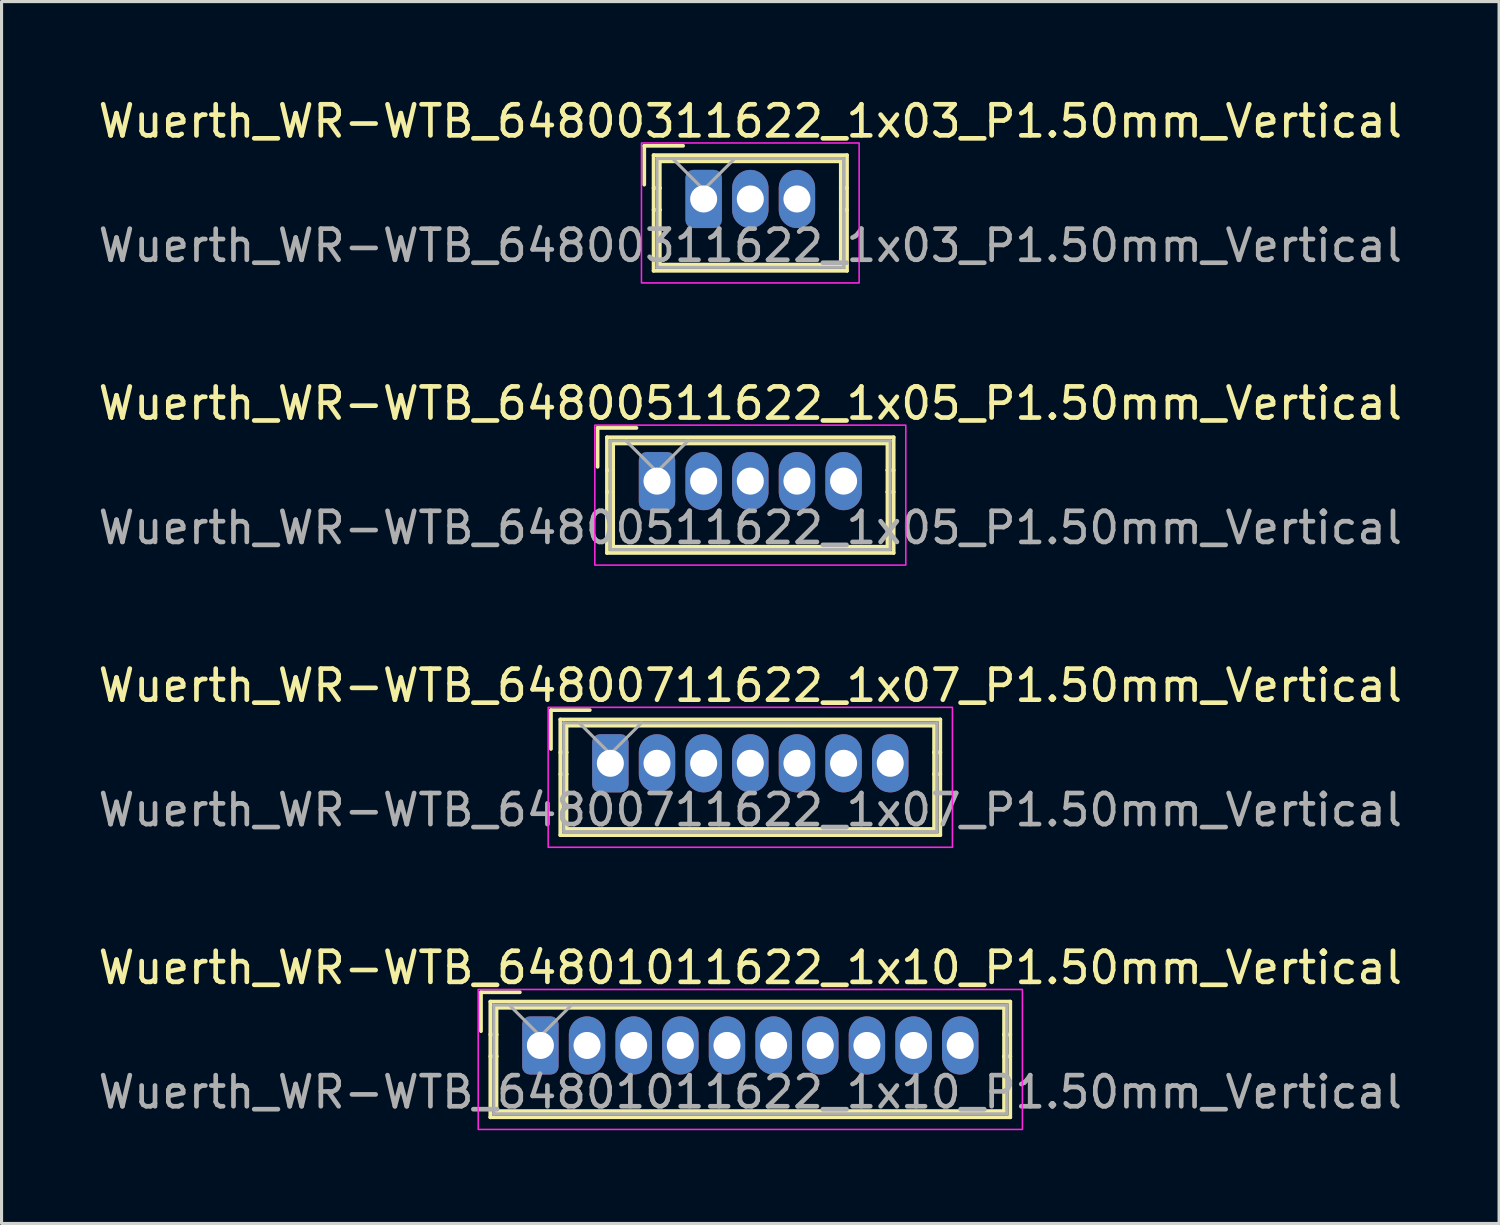
<source format=kicad_pcb>
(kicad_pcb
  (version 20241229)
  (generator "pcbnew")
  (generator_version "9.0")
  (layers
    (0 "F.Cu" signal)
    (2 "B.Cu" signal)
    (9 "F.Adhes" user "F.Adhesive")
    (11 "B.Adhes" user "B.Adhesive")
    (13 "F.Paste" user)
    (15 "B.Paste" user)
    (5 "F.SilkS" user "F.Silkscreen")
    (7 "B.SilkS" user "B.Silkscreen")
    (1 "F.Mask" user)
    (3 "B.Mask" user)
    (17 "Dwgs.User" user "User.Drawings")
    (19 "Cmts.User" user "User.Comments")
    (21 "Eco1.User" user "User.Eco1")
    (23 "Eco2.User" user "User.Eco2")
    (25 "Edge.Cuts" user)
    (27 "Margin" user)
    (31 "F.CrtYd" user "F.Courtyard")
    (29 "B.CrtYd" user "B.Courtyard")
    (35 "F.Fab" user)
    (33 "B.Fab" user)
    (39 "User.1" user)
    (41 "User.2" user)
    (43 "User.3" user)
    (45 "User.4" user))
  (footprint "Wuerth_WR-WTB_64800311622_1x03_P1.50mm_Vertical"
    (layer "F.Cu")
    (at 19.577 3.348)
    (property "Reference" "Wuerth_WR-WTB_64800311622_1x03_P1.50mm_Vertical" (at 1.5 -2.5 0) (layer "F.SilkS") (effects (font (size 1 1) (thickness 0.15))))
    (attr through_hole)
    (fp_line (start -1.91 -1.71) (end -1.91 -0.46) (stroke (width 0.12) (type solid)) (layer "F.SilkS"))
    (fp_line (start -1.61 -1.41) (end -1.61 2.31) (stroke (width 0.12) (type solid)) (layer "F.SilkS"))
    (fp_line (start -1.61 -0.35) (end -1.41 -0.35) (stroke (width 0.12) (type solid)) (layer "F.SilkS"))
    (fp_line (start -1.61 2.31) (end 4.61 2.31) (stroke (width 0.12) (type solid)) (layer "F.SilkS"))
    (fp_line (start -1.41 -1.21) (end 4.41 -1.21) (stroke (width 0.12) (type solid)) (layer "F.SilkS"))
    (fp_line (start -1.41 -0.35) (end -1.41 -1.21) (stroke (width 0.12) (type solid)) (layer "F.SilkS"))
    (fp_line (start -1.41 -0.35) (end -1.41 0.35) (stroke (width 0.12) (type solid)) (layer "F.SilkS"))
    (fp_line (start -1.41 0.35) (end -1.61 0.35) (stroke (width 0.12) (type solid)) (layer "F.SilkS"))
    (fp_line (start -1.41 0.35) (end -1.41 2.11) (stroke (width 0.12) (type solid)) (layer "F.SilkS"))
    (fp_line (start -1.41 2.11) (end 4.41 2.11) (stroke (width 0.12) (type solid)) (layer "F.SilkS"))
    (fp_line (start -0.66 -1.71) (end -1.91 -1.71) (stroke (width 0.12) (type solid)) (layer "F.SilkS"))
    (fp_line (start 4.41 -1.21) (end 4.41 -0.35) (stroke (width 0.12) (type solid)) (layer "F.SilkS"))
    (fp_line (start 4.41 -0.35) (end 4.41 0.35) (stroke (width 0.12) (type solid)) (layer "F.SilkS"))
    (fp_line (start 4.41 -0.35) (end 4.61 -0.35) (stroke (width 0.12) (type solid)) (layer "F.SilkS"))
    (fp_line (start 4.41 0.35) (end 4.61 0.35) (stroke (width 0.12) (type solid)) (layer "F.SilkS"))
    (fp_line (start 4.41 2.11) (end 4.41 0.35) (stroke (width 0.12) (type solid)) (layer "F.SilkS"))
    (fp_line (start 4.61 -1.41) (end -1.61 -1.41) (stroke (width 0.12) (type solid)) (layer "F.SilkS"))
    (fp_line (start 4.61 2.31) (end 4.61 -1.41) (stroke (width 0.12) (type solid)) (layer "F.SilkS"))
    (fp_rect (start -2 -1.8) (end 5 2.7) (stroke (width 0.05) (type solid)) (fill no) (layer "F.CrtYd"))
    (fp_line (start -1.5 -1.3) (end -1.5 2.2) (stroke (width 0.1) (type solid)) (layer "F.Fab"))
    (fp_line (start -1.5 2.2) (end 4.5 2.2) (stroke (width 0.1) (type solid)) (layer "F.Fab"))
    (fp_line (start -1 -1.3) (end 0 -0.3) (stroke (width 0.1) (type solid)) (layer "F.Fab"))
    (fp_line (start 0 -0.3) (end 1 -1.3) (stroke (width 0.1) (type solid)) (layer "F.Fab"))
    (fp_line (start 4.5 -1.3) (end -1.5 -1.3) (stroke (width 0.1) (type solid)) (layer "F.Fab"))
    (fp_line (start 4.5 2.2) (end 4.5 -1.3) (stroke (width 0.1) (type solid)) (layer "F.Fab"))
    (fp_text user "${REFERENCE}" (at 1.5 1.5 0) (layer "F.Fab") (effects (font (size 1 1) (thickness 0.15))))
    (pad "1" thru_hole roundrect (at 0 0) (size 1.17 1.87) (drill 0.87) (layers "*.Cu" "*.Mask") (roundrect_rratio 0.214))
    (pad "2" thru_hole oval (at 1.5 0) (size 1.17 1.87) (drill 0.87) (layers "*.Cu" "*.Mask"))
    (pad "3" thru_hole oval (at 3 0) (size 1.17 1.87) (drill 0.87) (layers "*.Cu" "*.Mask")))
  (footprint "Wuerth_WR-WTB_64800511622_1x05_P1.50mm_Vertical"
    (layer "F.Cu")
    (at 18.077 12.421)
    (property "Reference" "Wuerth_WR-WTB_64800511622_1x05_P1.50mm_Vertical" (at 3 -2.5 0) (layer "F.SilkS") (effects (font (size 1 1) (thickness 0.15))))
    (attr through_hole)
    (fp_line (start -1.91 -1.71) (end -1.91 -0.46) (stroke (width 0.12) (type solid)) (layer "F.SilkS"))
    (fp_line (start -1.61 -1.41) (end -1.61 2.31) (stroke (width 0.12) (type solid)) (layer "F.SilkS"))
    (fp_line (start -1.61 -0.35) (end -1.41 -0.35) (stroke (width 0.12) (type solid)) (layer "F.SilkS"))
    (fp_line (start -1.61 2.31) (end 7.61 2.31) (stroke (width 0.12) (type solid)) (layer "F.SilkS"))
    (fp_line (start -1.41 -1.21) (end 7.41 -1.21) (stroke (width 0.12) (type solid)) (layer "F.SilkS"))
    (fp_line (start -1.41 -0.35) (end -1.41 -1.21) (stroke (width 0.12) (type solid)) (layer "F.SilkS"))
    (fp_line (start -1.41 -0.35) (end -1.41 0.35) (stroke (width 0.12) (type solid)) (layer "F.SilkS"))
    (fp_line (start -1.41 0.35) (end -1.61 0.35) (stroke (width 0.12) (type solid)) (layer "F.SilkS"))
    (fp_line (start -1.41 0.35) (end -1.41 2.11) (stroke (width 0.12) (type solid)) (layer "F.SilkS"))
    (fp_line (start -1.41 2.11) (end 7.41 2.11) (stroke (width 0.12) (type solid)) (layer "F.SilkS"))
    (fp_line (start -0.66 -1.71) (end -1.91 -1.71) (stroke (width 0.12) (type solid)) (layer "F.SilkS"))
    (fp_line (start 7.41 -1.21) (end 7.41 -0.35) (stroke (width 0.12) (type solid)) (layer "F.SilkS"))
    (fp_line (start 7.41 -0.35) (end 7.41 0.35) (stroke (width 0.12) (type solid)) (layer "F.SilkS"))
    (fp_line (start 7.41 -0.35) (end 7.61 -0.35) (stroke (width 0.12) (type solid)) (layer "F.SilkS"))
    (fp_line (start 7.41 0.35) (end 7.61 0.35) (stroke (width 0.12) (type solid)) (layer "F.SilkS"))
    (fp_line (start 7.41 2.11) (end 7.41 0.35) (stroke (width 0.12) (type solid)) (layer "F.SilkS"))
    (fp_line (start 7.61 -1.41) (end -1.61 -1.41) (stroke (width 0.12) (type solid)) (layer "F.SilkS"))
    (fp_line (start 7.61 2.31) (end 7.61 -1.41) (stroke (width 0.12) (type solid)) (layer "F.SilkS"))
    (fp_rect (start -2 -1.8) (end 8 2.7) (stroke (width 0.05) (type solid)) (fill no) (layer "F.CrtYd"))
    (fp_line (start -1.5 -1.3) (end -1.5 2.2) (stroke (width 0.1) (type solid)) (layer "F.Fab"))
    (fp_line (start -1.5 2.2) (end 7.5 2.2) (stroke (width 0.1) (type solid)) (layer "F.Fab"))
    (fp_line (start -1 -1.3) (end 0 -0.3) (stroke (width 0.1) (type solid)) (layer "F.Fab"))
    (fp_line (start 0 -0.3) (end 1 -1.3) (stroke (width 0.1) (type solid)) (layer "F.Fab"))
    (fp_line (start 7.5 -1.3) (end -1.5 -1.3) (stroke (width 0.1) (type solid)) (layer "F.Fab"))
    (fp_line (start 7.5 2.2) (end 7.5 -1.3) (stroke (width 0.1) (type solid)) (layer "F.Fab"))
    (fp_text user "${REFERENCE}" (at 3 1.5 0) (layer "F.Fab") (effects (font (size 1 1) (thickness 0.15))))
    (pad "1" thru_hole roundrect (at 0 0) (size 1.17 1.87) (drill 0.87) (layers "*.Cu" "*.Mask") (roundrect_rratio 0.214))
    (pad "2" thru_hole oval (at 1.5 0) (size 1.17 1.87) (drill 0.87) (layers "*.Cu" "*.Mask"))
    (pad "3" thru_hole oval (at 3 0) (size 1.17 1.87) (drill 0.87) (layers "*.Cu" "*.Mask"))
    (pad "4" thru_hole oval (at 4.5 0) (size 1.17 1.87) (drill 0.87) (layers "*.Cu" "*.Mask"))
    (pad "5" thru_hole oval (at 6 0) (size 1.17 1.87) (drill 0.87) (layers "*.Cu" "*.Mask")))
  (footprint "Wuerth_WR-WTB_64801011622_1x10_P1.50mm_Vertical"
    (layer "F.Cu")
    (at 14.327 30.568)
    (property "Reference" "Wuerth_WR-WTB_64801011622_1x10_P1.50mm_Vertical" (at 6.75 -2.5 0) (layer "F.SilkS") (effects (font (size 1 1) (thickness 0.15))))
    (attr through_hole)
    (fp_line (start -1.91 -1.71) (end -1.91 -0.46) (stroke (width 0.12) (type solid)) (layer "F.SilkS"))
    (fp_line (start -1.61 -1.41) (end -1.61 2.31) (stroke (width 0.12) (type solid)) (layer "F.SilkS"))
    (fp_line (start -1.61 -0.35) (end -1.41 -0.35) (stroke (width 0.12) (type solid)) (layer "F.SilkS"))
    (fp_line (start -1.61 2.31) (end 15.11 2.31) (stroke (width 0.12) (type solid)) (layer "F.SilkS"))
    (fp_line (start -1.41 -1.21) (end 14.91 -1.21) (stroke (width 0.12) (type solid)) (layer "F.SilkS"))
    (fp_line (start -1.41 -0.35) (end -1.41 -1.21) (stroke (width 0.12) (type solid)) (layer "F.SilkS"))
    (fp_line (start -1.41 -0.35) (end -1.41 0.35) (stroke (width 0.12) (type solid)) (layer "F.SilkS"))
    (fp_line (start -1.41 0.35) (end -1.61 0.35) (stroke (width 0.12) (type solid)) (layer "F.SilkS"))
    (fp_line (start -1.41 0.35) (end -1.41 2.11) (stroke (width 0.12) (type solid)) (layer "F.SilkS"))
    (fp_line (start -1.41 2.11) (end 14.91 2.11) (stroke (width 0.12) (type solid)) (layer "F.SilkS"))
    (fp_line (start -0.66 -1.71) (end -1.91 -1.71) (stroke (width 0.12) (type solid)) (layer "F.SilkS"))
    (fp_line (start 14.91 -1.21) (end 14.91 -0.35) (stroke (width 0.12) (type solid)) (layer "F.SilkS"))
    (fp_line (start 14.91 -0.35) (end 14.91 0.35) (stroke (width 0.12) (type solid)) (layer "F.SilkS"))
    (fp_line (start 14.91 -0.35) (end 15.11 -0.35) (stroke (width 0.12) (type solid)) (layer "F.SilkS"))
    (fp_line (start 14.91 0.35) (end 15.11 0.35) (stroke (width 0.12) (type solid)) (layer "F.SilkS"))
    (fp_line (start 14.91 2.11) (end 14.91 0.35) (stroke (width 0.12) (type solid)) (layer "F.SilkS"))
    (fp_line (start 15.11 -1.41) (end -1.61 -1.41) (stroke (width 0.12) (type solid)) (layer "F.SilkS"))
    (fp_line (start 15.11 2.31) (end 15.11 -1.41) (stroke (width 0.12) (type solid)) (layer "F.SilkS"))
    (fp_rect (start -2 -1.8) (end 15.5 2.7) (stroke (width 0.05) (type solid)) (fill no) (layer "F.CrtYd"))
    (fp_line (start -1.5 -1.3) (end -1.5 2.2) (stroke (width 0.1) (type solid)) (layer "F.Fab"))
    (fp_line (start -1.5 2.2) (end 15 2.2) (stroke (width 0.1) (type solid)) (layer "F.Fab"))
    (fp_line (start -1 -1.3) (end 0 -0.3) (stroke (width 0.1) (type solid)) (layer "F.Fab"))
    (fp_line (start 0 -0.3) (end 1 -1.3) (stroke (width 0.1) (type solid)) (layer "F.Fab"))
    (fp_line (start 15 -1.3) (end -1.5 -1.3) (stroke (width 0.1) (type solid)) (layer "F.Fab"))
    (fp_line (start 15 2.2) (end 15 -1.3) (stroke (width 0.1) (type solid)) (layer "F.Fab"))
    (fp_text user "${REFERENCE}" (at 6.75 1.5 0) (layer "F.Fab") (effects (font (size 1 1) (thickness 0.15))))
    (pad "1" thru_hole roundrect (at 0 0) (size 1.17 1.87) (drill 0.87) (layers "*.Cu" "*.Mask") (roundrect_rratio 0.214))
    (pad "2" thru_hole oval (at 1.5 0) (size 1.17 1.87) (drill 0.87) (layers "*.Cu" "*.Mask"))
    (pad "3" thru_hole oval (at 3 0) (size 1.17 1.87) (drill 0.87) (layers "*.Cu" "*.Mask"))
    (pad "4" thru_hole oval (at 4.5 0) (size 1.17 1.87) (drill 0.87) (layers "*.Cu" "*.Mask"))
    (pad "5" thru_hole oval (at 6 0) (size 1.17 1.87) (drill 0.87) (layers "*.Cu" "*.Mask"))
    (pad "6" thru_hole oval (at 7.5 0) (size 1.17 1.87) (drill 0.87) (layers "*.Cu" "*.Mask"))
    (pad "7" thru_hole oval (at 9 0) (size 1.17 1.87) (drill 0.87) (layers "*.Cu" "*.Mask"))
    (pad "8" thru_hole oval (at 10.5 0) (size 1.17 1.87) (drill 0.87) (layers "*.Cu" "*.Mask"))
    (pad "9" thru_hole oval (at 12 0) (size 1.17 1.87) (drill 0.87) (layers "*.Cu" "*.Mask"))
    (pad "10" thru_hole oval (at 13.5 0) (size 1.17 1.87) (drill 0.87) (layers "*.Cu" "*.Mask")))
  (footprint "Wuerth_WR-WTB_64800711622_1x07_P1.50mm_Vertical"
    (layer "F.Cu")
    (at 16.577 21.495)
    (property "Reference" "Wuerth_WR-WTB_64800711622_1x07_P1.50mm_Vertical" (at 4.5 -2.5 0) (layer "F.SilkS") (effects (font (size 1 1) (thickness 0.15))))
    (attr through_hole)
    (fp_line (start -1.91 -1.71) (end -1.91 -0.46) (stroke (width 0.12) (type solid)) (layer "F.SilkS"))
    (fp_line (start -1.61 -1.41) (end -1.61 2.31) (stroke (width 0.12) (type solid)) (layer "F.SilkS"))
    (fp_line (start -1.61 -0.35) (end -1.41 -0.35) (stroke (width 0.12) (type solid)) (layer "F.SilkS"))
    (fp_line (start -1.61 2.31) (end 10.61 2.31) (stroke (width 0.12) (type solid)) (layer "F.SilkS"))
    (fp_line (start -1.41 -1.21) (end 10.41 -1.21) (stroke (width 0.12) (type solid)) (layer "F.SilkS"))
    (fp_line (start -1.41 -0.35) (end -1.41 -1.21) (stroke (width 0.12) (type solid)) (layer "F.SilkS"))
    (fp_line (start -1.41 -0.35) (end -1.41 0.35) (stroke (width 0.12) (type solid)) (layer "F.SilkS"))
    (fp_line (start -1.41 0.35) (end -1.61 0.35) (stroke (width 0.12) (type solid)) (layer "F.SilkS"))
    (fp_line (start -1.41 0.35) (end -1.41 2.11) (stroke (width 0.12) (type solid)) (layer "F.SilkS"))
    (fp_line (start -1.41 2.11) (end 10.41 2.11) (stroke (width 0.12) (type solid)) (layer "F.SilkS"))
    (fp_line (start -0.66 -1.71) (end -1.91 -1.71) (stroke (width 0.12) (type solid)) (layer "F.SilkS"))
    (fp_line (start 10.41 -1.21) (end 10.41 -0.35) (stroke (width 0.12) (type solid)) (layer "F.SilkS"))
    (fp_line (start 10.41 -0.35) (end 10.41 0.35) (stroke (width 0.12) (type solid)) (layer "F.SilkS"))
    (fp_line (start 10.41 -0.35) (end 10.61 -0.35) (stroke (width 0.12) (type solid)) (layer "F.SilkS"))
    (fp_line (start 10.41 0.35) (end 10.61 0.35) (stroke (width 0.12) (type solid)) (layer "F.SilkS"))
    (fp_line (start 10.41 2.11) (end 10.41 0.35) (stroke (width 0.12) (type solid)) (layer "F.SilkS"))
    (fp_line (start 10.61 -1.41) (end -1.61 -1.41) (stroke (width 0.12) (type solid)) (layer "F.SilkS"))
    (fp_line (start 10.61 2.31) (end 10.61 -1.41) (stroke (width 0.12) (type solid)) (layer "F.SilkS"))
    (fp_rect (start -2 -1.8) (end 11 2.7) (stroke (width 0.05) (type solid)) (fill no) (layer "F.CrtYd"))
    (fp_line (start -1.5 -1.3) (end -1.5 2.2) (stroke (width 0.1) (type solid)) (layer "F.Fab"))
    (fp_line (start -1.5 2.2) (end 10.5 2.2) (stroke (width 0.1) (type solid)) (layer "F.Fab"))
    (fp_line (start -1 -1.3) (end 0 -0.3) (stroke (width 0.1) (type solid)) (layer "F.Fab"))
    (fp_line (start 0 -0.3) (end 1 -1.3) (stroke (width 0.1) (type solid)) (layer "F.Fab"))
    (fp_line (start 10.5 -1.3) (end -1.5 -1.3) (stroke (width 0.1) (type solid)) (layer "F.Fab"))
    (fp_line (start 10.5 2.2) (end 10.5 -1.3) (stroke (width 0.1) (type solid)) (layer "F.Fab"))
    (fp_text user "${REFERENCE}" (at 4.5 1.5 0) (layer "F.Fab") (effects (font (size 1 1) (thickness 0.15))))
    (pad "1" thru_hole roundrect (at 0 0) (size 1.17 1.87) (drill 0.87) (layers "*.Cu" "*.Mask") (roundrect_rratio 0.214))
    (pad "2" thru_hole oval (at 1.5 0) (size 1.17 1.87) (drill 0.87) (layers "*.Cu" "*.Mask"))
    (pad "3" thru_hole oval (at 3 0) (size 1.17 1.87) (drill 0.87) (layers "*.Cu" "*.Mask"))
    (pad "4" thru_hole oval (at 4.5 0) (size 1.17 1.87) (drill 0.87) (layers "*.Cu" "*.Mask"))
    (pad "5" thru_hole oval (at 6 0) (size 1.17 1.87) (drill 0.87) (layers "*.Cu" "*.Mask"))
    (pad "6" thru_hole oval (at 7.5 0) (size 1.17 1.87) (drill 0.87) (layers "*.Cu" "*.Mask"))
    (pad "7" thru_hole oval (at 9 0) (size 1.17 1.87) (drill 0.87) (layers "*.Cu" "*.Mask")))
  (gr_rect
    (start -3 -3)
    (end 45.155 36.293)
    (stroke (width 0.1) (type default))
    (fill no)
    (layer "Edge.Cuts")))
</source>
